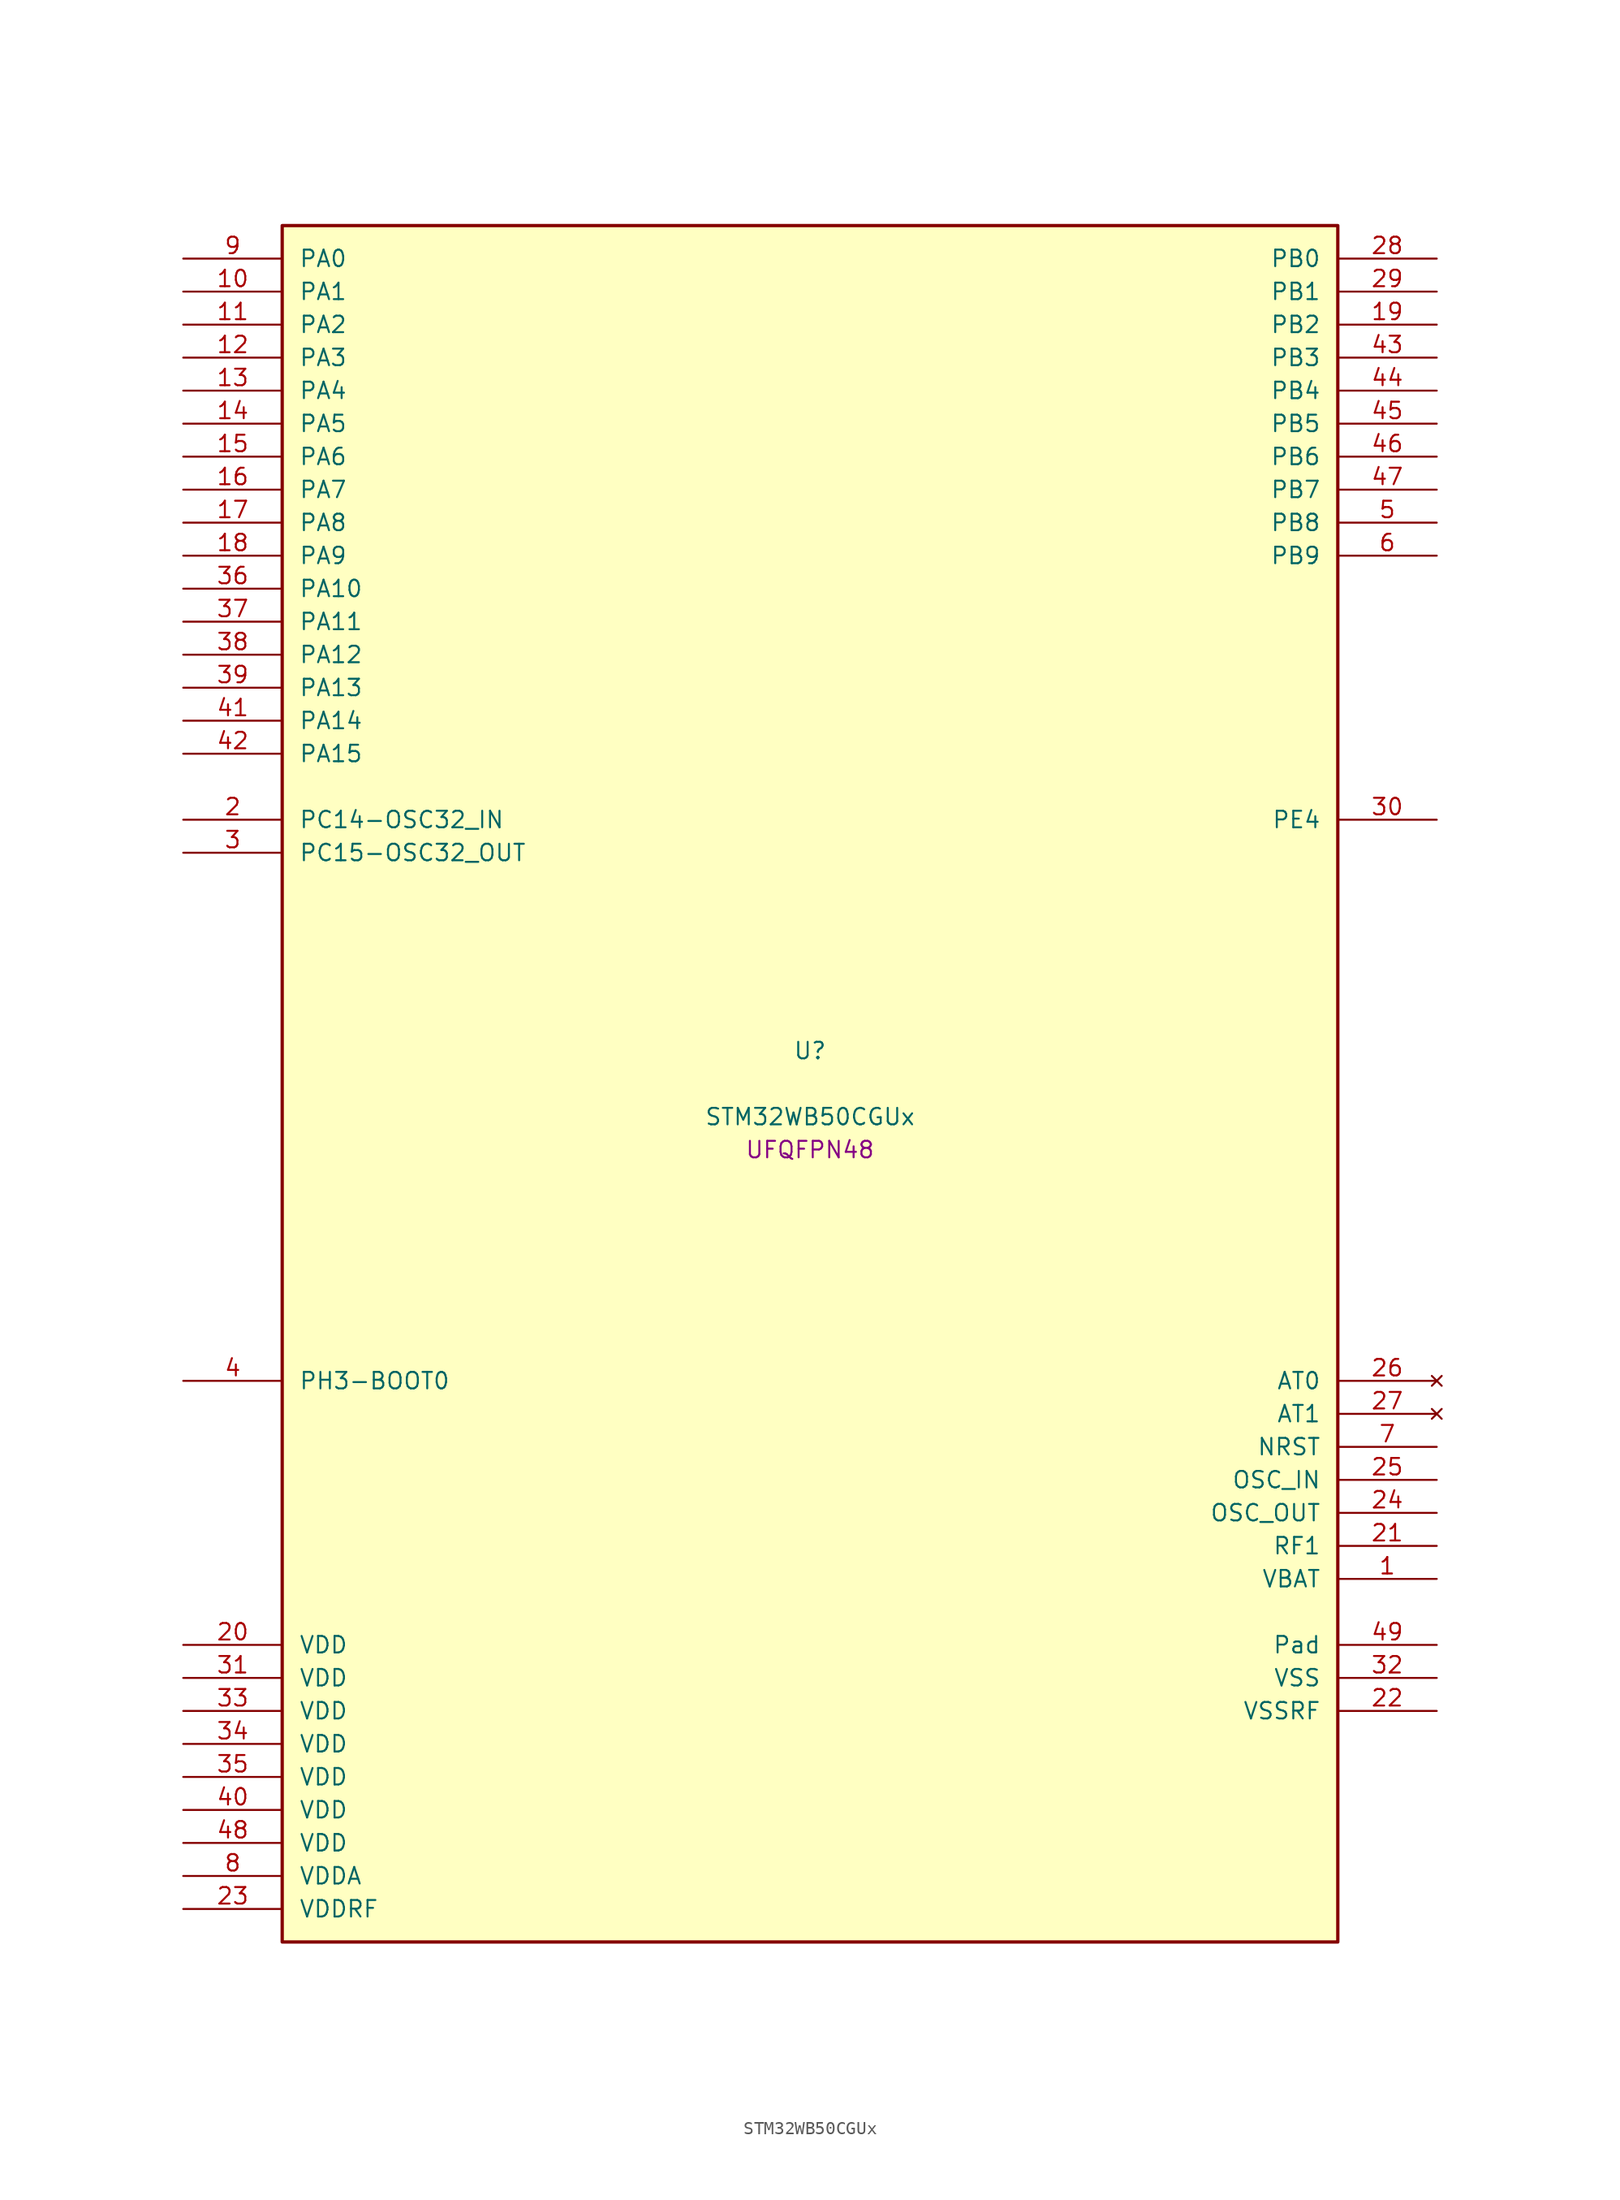
<source format=kicad_sym>
(kicad_symbol_lib
  (version 20241209)
  (generator "stm32_pkl_generator")
  (generator_version "1.0")
  (symbol "STM32WB50CGUx"
    (pin_names
      (offset 1.27))
    (property "Reference" "U"
      (at 0 2.54 0))
    (property "Value" "STM32WB50CGUx"
      (at 0 -2.54 0))
    (property "Footprint" "UFQFPN48"
      (at 0 -5.08 0))
    (symbol "STM32WB50CGUx_1_1"
      (rectangle (start -40.64 66.04) (end 40.64 -66.04) (stroke (width 0.254) (type solid)) (fill (type background)))
      (pin bidirectional line (at -48.26 63.5 0) (length 7.62) (name "PA0") (number "9") (alternate "PA0/ADC1_IN5" bidirectional line) (alternate "PA0/RTC_TAMP2" bidirectional line) (alternate "PA0/SYS_WKUP1" bidirectional line) (alternate "PA0/TIM2_CH1" bidirectional line) (alternate "PA0/TIM2_ETR" bidirectional line))
      (pin bidirectional line (at -48.26 60.96 0) (length 7.62) (name "PA1") (number "10") (alternate "PA1/ADC1_IN6" bidirectional line) (alternate "PA1/I2C1_SMBA" bidirectional line) (alternate "PA1/SPI1_SCK" bidirectional line) (alternate "PA1/TIM2_CH2" bidirectional line))
      (pin bidirectional line (at -48.26 58.42 0) (length 7.62) (name "PA2") (number "11") (alternate "PA2/ADC1_IN7" bidirectional line) (alternate "PA2/RCC_LSCO" bidirectional line) (alternate "PA2/SYS_WKUP4" bidirectional line) (alternate "PA2/TIM2_CH3" bidirectional line))
      (pin bidirectional line (at -48.26 55.88 0) (length 7.62) (name "PA3") (number "12") (alternate "PA3/ADC1_IN8" bidirectional line) (alternate "PA3/TIM2_CH4" bidirectional line))
      (pin bidirectional line (at -48.26 53.34 0) (length 7.62) (name "PA4") (number "13") (alternate "PA4/ADC1_IN9" bidirectional line) (alternate "PA4/LPTIM2_OUT" bidirectional line) (alternate "PA4/SPI1_NSS" bidirectional line))
      (pin bidirectional line (at -48.26 50.8 0) (length 7.62) (name "PA5") (number "14") (alternate "PA5/ADC1_IN10" bidirectional line) (alternate "PA5/LPTIM2_ETR" bidirectional line) (alternate "PA5/SPI1_SCK" bidirectional line) (alternate "PA5/TIM2_CH1" bidirectional line) (alternate "PA5/TIM2_ETR" bidirectional line))
      (pin bidirectional line (at -48.26 48.26 0) (length 7.62) (name "PA6") (number "15") (alternate "PA6/ADC1_IN11" bidirectional line) (alternate "PA6/SPI1_MISO" bidirectional line) (alternate "PA6/TIM16_CH1" bidirectional line) (alternate "PA6/TIM1_BKIN" bidirectional line))
      (pin bidirectional line (at -48.26 45.72 0) (length 7.62) (name "PA7") (number "16") (alternate "PA7/ADC1_IN12" bidirectional line) (alternate "PA7/SPI1_MOSI" bidirectional line) (alternate "PA7/TIM17_CH1" bidirectional line) (alternate "PA7/TIM1_CH1N" bidirectional line))
      (pin bidirectional line (at -48.26 43.18 0) (length 7.62) (name "PA8") (number "17") (alternate "PA8/ADC1_IN15" bidirectional line) (alternate "PA8/LPTIM2_OUT" bidirectional line) (alternate "PA8/RCC_MCO" bidirectional line) (alternate "PA8/TIM1_CH1" bidirectional line) (alternate "PA8/USART1_CK" bidirectional line))
      (pin bidirectional line (at -48.26 40.64 0) (length 7.62) (name "PA9") (number "18") (alternate "PA9/ADC1_IN16" bidirectional line) (alternate "PA9/I2C1_SCL" bidirectional line) (alternate "PA9/TIM1_CH2" bidirectional line) (alternate "PA9/USART1_TX" bidirectional line))
      (pin bidirectional line (at -48.26 38.1 0) (length 7.62) (name "PA10") (number "36") (alternate "PA10/I2C1_SDA" bidirectional line) (alternate "PA10/TIM17_BKIN" bidirectional line) (alternate "PA10/TIM1_CH3" bidirectional line) (alternate "PA10/USART1_RX" bidirectional line))
      (pin bidirectional line (at -48.26 35.56 0) (length 7.62) (name "PA11") (number "37") (alternate "PA11/ADC1_EXTI11" bidirectional line) (alternate "PA11/SPI1_MISO" bidirectional line) (alternate "PA11/TIM1_BKIN2" bidirectional line) (alternate "PA11/TIM1_CH4" bidirectional line) (alternate "PA11/USART1_CTS" bidirectional line) (alternate "PA11/USART1_NSS" bidirectional line))
      (pin bidirectional line (at -48.26 33.02 0) (length 7.62) (name "PA12") (number "38") (alternate "PA12/SPI1_MOSI" bidirectional line) (alternate "PA12/TIM1_ETR" bidirectional line) (alternate "PA12/USART1_DE" bidirectional line) (alternate "PA12/USART1_RTS" bidirectional line))
      (pin bidirectional line (at -48.26 30.48 0) (length 7.62) (name "PA13") (number "39") (alternate "PA13/IR_OUT" bidirectional line) (alternate "PA13/SYS_JTMS-SWDIO" bidirectional line))
      (pin bidirectional line (at -48.26 27.94 0) (length 7.62) (name "PA14") (number "41") (alternate "PA14/I2C1_SMBA" bidirectional line) (alternate "PA14/LPTIM1_OUT" bidirectional line) (alternate "PA14/SYS_JTCK-SWCLK" bidirectional line))
      (pin bidirectional line (at -48.26 25.4 0) (length 7.62) (name "PA15") (number "42") (alternate "PA15/ADC1_EXTI15" bidirectional line) (alternate "PA15/RCC_MCO" bidirectional line) (alternate "PA15/SPI1_NSS" bidirectional line) (alternate "PA15/SYS_JTDI" bidirectional line) (alternate "PA15/TIM2_CH1" bidirectional line) (alternate "PA15/TIM2_ETR" bidirectional line))
      (pin bidirectional line (at 48.26 63.5 180) (length 7.62) (name "PB0") (number "28") (alternate "PB0/RF_TX_MOD_EXT_PA" bidirectional line))
      (pin bidirectional line (at 48.26 60.96 180) (length 7.62) (name "PB1") (number "29") (alternate "PB1/LPTIM2_IN1" bidirectional line))
      (pin bidirectional line (at 48.26 58.42 180) (length 7.62) (name "PB2") (number "19") (alternate "PB2/LPTIM1_OUT" bidirectional line) (alternate "PB2/RTC_OUT2" bidirectional line) (alternate "PB2/SPI1_NSS" bidirectional line))
      (pin bidirectional line (at 48.26 55.88 180) (length 7.62) (name "PB3") (number "43") (alternate "PB3/SPI1_SCK" bidirectional line) (alternate "PB3/SYS_JTDO-SWO" bidirectional line) (alternate "PB3/TIM2_CH2" bidirectional line) (alternate "PB3/USART1_DE" bidirectional line) (alternate "PB3/USART1_RTS" bidirectional line))
      (pin bidirectional line (at 48.26 53.34 180) (length 7.62) (name "PB4") (number "44") (alternate "PB4/SPI1_MISO" bidirectional line) (alternate "PB4/SYS_JTRST" bidirectional line) (alternate "PB4/TIM17_BKIN" bidirectional line) (alternate "PB4/USART1_CTS" bidirectional line) (alternate "PB4/USART1_NSS" bidirectional line))
      (pin bidirectional line (at 48.26 50.8 180) (length 7.62) (name "PB5") (number "45") (alternate "PB5/I2C1_SMBA" bidirectional line) (alternate "PB5/LPTIM1_IN1" bidirectional line) (alternate "PB5/SPI1_MOSI" bidirectional line) (alternate "PB5/TIM16_BKIN" bidirectional line) (alternate "PB5/USART1_CK" bidirectional line))
      (pin bidirectional line (at 48.26 48.26 180) (length 7.62) (name "PB6") (number "46") (alternate "PB6/I2C1_SCL" bidirectional line) (alternate "PB6/LPTIM1_ETR" bidirectional line) (alternate "PB6/RCC_MCO" bidirectional line) (alternate "PB6/TIM16_CH1N" bidirectional line) (alternate "PB6/USART1_TX" bidirectional line))
      (pin bidirectional line (at 48.26 45.72 180) (length 7.62) (name "PB7") (number "47") (alternate "PB7/I2C1_SDA" bidirectional line) (alternate "PB7/LPTIM1_IN2" bidirectional line) (alternate "PB7/SYS_PVD_IN" bidirectional line) (alternate "PB7/TIM17_CH1N" bidirectional line) (alternate "PB7/TIM1_BKIN" bidirectional line) (alternate "PB7/USART1_RX" bidirectional line))
      (pin bidirectional line (at 48.26 43.18 180) (length 7.62) (name "PB8") (number "5") (alternate "PB8/I2C1_SCL" bidirectional line) (alternate "PB8/TIM16_CH1" bidirectional line) (alternate "PB8/TIM1_CH2N" bidirectional line))
      (pin bidirectional line (at 48.26 40.64 180) (length 7.62) (name "PB9") (number "6") (alternate "PB9/I2C1_SDA" bidirectional line) (alternate "PB9/IR_OUT" bidirectional line) (alternate "PB9/TIM17_CH1" bidirectional line) (alternate "PB9/TIM1_CH3N" bidirectional line))
      (pin bidirectional line (at -48.26 20.32 0) (length 7.62) (name "PC14-OSC32_IN") (number "2") (alternate "PC14-OSC32_IN/RCC_OSC32_IN" bidirectional line))
      (pin bidirectional line (at -48.26 17.78 0) (length 7.62) (name "PC15-OSC32_OUT") (number "3") (alternate "PC15-OSC32_OUT/ADC1_EXTI15" bidirectional line) (alternate "PC15-OSC32_OUT/RCC_OSC32_OUT" bidirectional line))
      (pin bidirectional line (at 48.26 20.32 180) (length 7.62) (name "PE4") (number "30"))
      (pin bidirectional line (at -48.26 -22.86 0) (length 7.62) (name "PH3-BOOT0") (number "4") (alternate "PH3-BOOT0/RCC_LSCO" bidirectional line))
      (pin no_connect line (at 48.26 -22.86 180) (length 7.62) (name "AT0") (number "26"))
      (pin no_connect line (at 48.26 -25.4 180) (length 7.62) (name "AT1") (number "27"))
      (pin input line (at 48.26 -27.94 180) (length 7.62) (name "NRST") (number "7"))
      (pin bidirectional line (at 48.26 -30.48 180) (length 7.62) (name "OSC_IN") (number "25") (alternate "OSC_IN/RCC_OSC_IN" bidirectional line))
      (pin bidirectional line (at 48.26 -33.02 180) (length 7.62) (name "OSC_OUT") (number "24") (alternate "OSC_OUT/RCC_OSC_OUT" bidirectional line))
      (pin bidirectional line (at 48.26 -35.56 180) (length 7.62) (name "RF1") (number "21") (alternate "RF1/RF_RF1" bidirectional line))
      (pin power_in line (at 48.26 -38.1 180) (length 7.62) (name "VBAT") (number "1"))
      (pin power_in line (at -48.26 -43.18 0) (length 7.62) (name "VDD") (number "20"))
      (pin power_in line (at -48.26 -45.72 0) (length 7.62) (name "VDD") (number "31"))
      (pin power_in line (at -48.26 -48.26 0) (length 7.62) (name "VDD") (number "33"))
      (pin power_in line (at -48.26 -50.8 0) (length 7.62) (name "VDD") (number "34"))
      (pin power_in line (at -48.26 -53.34 0) (length 7.62) (name "VDD") (number "35"))
      (pin power_in line (at -48.26 -55.88 0) (length 7.62) (name "VDD") (number "40"))
      (pin power_in line (at -48.26 -58.42 0) (length 7.62) (name "VDD") (number "48"))
      (pin power_in line (at -48.26 -60.96 0) (length 7.62) (name "VDDA") (number "8"))
      (pin power_in line (at -48.26 -63.5 0) (length 7.62) (name "VDDRF") (number "23"))
      (pin passive line (at 48.26 -43.18 180) (length 7.62) (name "Pad") (number "49"))
      (pin power_in line (at 48.26 -45.72 180) (length 7.62) (name "VSS") (number "32"))
      (pin power_in line (at 48.26 -48.26 180) (length 7.62) (name "VSSRF") (number "22")))))
</source>
